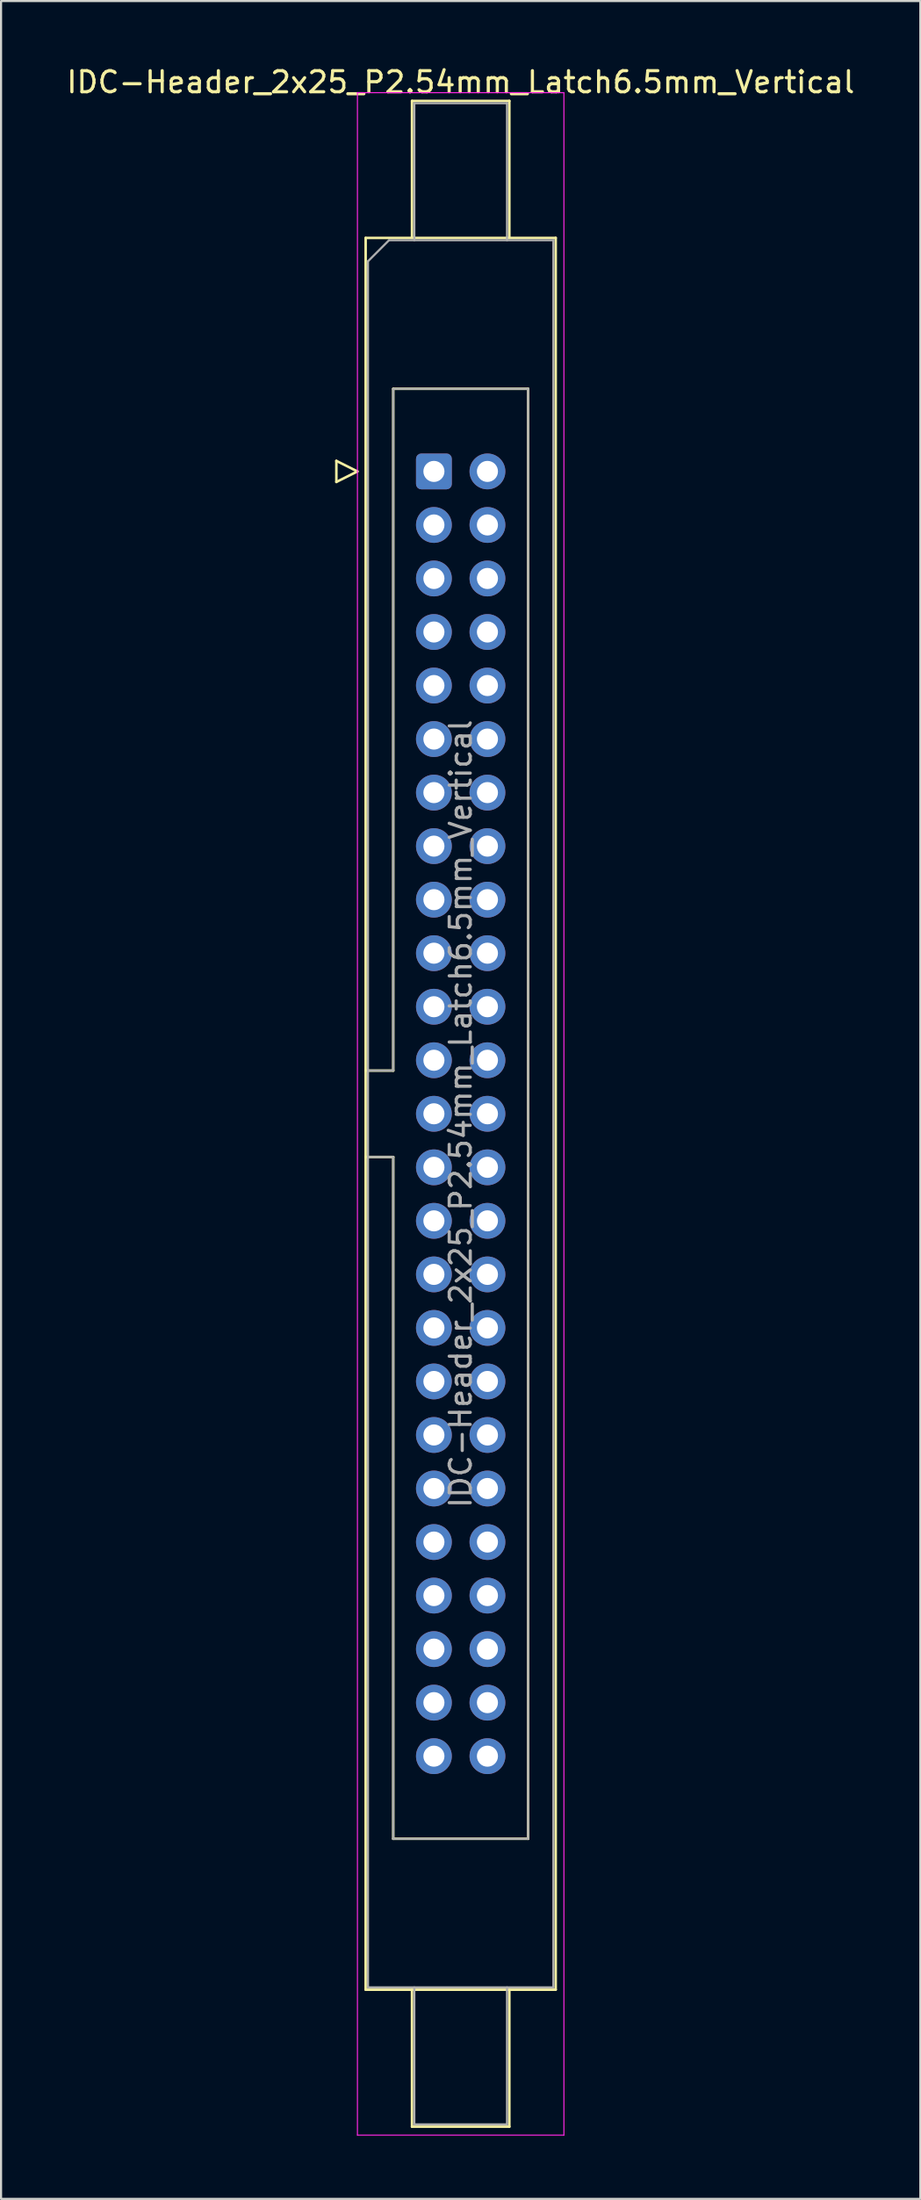
<source format=kicad_pcb>
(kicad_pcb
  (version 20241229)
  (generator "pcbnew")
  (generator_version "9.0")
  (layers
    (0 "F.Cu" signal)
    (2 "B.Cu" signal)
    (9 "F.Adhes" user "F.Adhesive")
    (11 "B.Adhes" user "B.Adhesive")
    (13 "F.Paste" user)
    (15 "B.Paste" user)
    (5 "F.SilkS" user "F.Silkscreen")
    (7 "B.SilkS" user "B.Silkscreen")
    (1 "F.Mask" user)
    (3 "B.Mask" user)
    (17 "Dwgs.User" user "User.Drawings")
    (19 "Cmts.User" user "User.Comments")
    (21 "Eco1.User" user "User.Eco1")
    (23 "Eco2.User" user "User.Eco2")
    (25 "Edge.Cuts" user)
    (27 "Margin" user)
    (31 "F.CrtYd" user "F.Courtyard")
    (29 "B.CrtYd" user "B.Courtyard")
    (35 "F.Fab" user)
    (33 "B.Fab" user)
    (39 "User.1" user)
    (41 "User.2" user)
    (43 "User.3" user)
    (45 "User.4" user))
  (footprint "IDC-Header_2x25_P2.54mm_Latch6.5mm_Vertical"
    (layer "F.Cu")
    (at 17.545 19.318)
    (property "Reference" "IDC-Header_2x25_P2.54mm_Latch6.5mm_Vertical" (at 1.27 -18.47 0) (layer "F.SilkS") (effects (font (size 1 1) (thickness 0.15))))
    (attr through_hole)
    (fp_line (start -4.63 -0.5) (end -4.63 0.5) (stroke (width 0.12) (type solid)) (layer "F.SilkS"))
    (fp_line (start -4.63 0.5) (end -3.63 0) (stroke (width 0.12) (type solid)) (layer "F.SilkS"))
    (fp_line (start -3.63 0) (end -4.63 -0.5) (stroke (width 0.12) (type solid)) (layer "F.SilkS"))
    (fp_line (start -3.24 -11.08) (end 5.78 -11.08) (stroke (width 0.12) (type solid)) (layer "F.SilkS"))
    (fp_line (start -3.24 28.43) (end -1.93 28.43) (stroke (width 0.12) (type solid)) (layer "F.SilkS"))
    (fp_line (start -3.24 72.04) (end -3.24 -11.08) (stroke (width 0.12) (type solid)) (layer "F.SilkS"))
    (fp_line (start -1.93 -3.92) (end 4.47 -3.92) (stroke (width 0.12) (type solid)) (layer "F.SilkS"))
    (fp_line (start -1.93 28.43) (end -1.93 -3.92) (stroke (width 0.12) (type solid)) (layer "F.SilkS"))
    (fp_line (start -1.93 32.53) (end -3.24 32.53) (stroke (width 0.12) (type solid)) (layer "F.SilkS"))
    (fp_line (start -1.93 64.88) (end -1.93 32.53) (stroke (width 0.12) (type solid)) (layer "F.SilkS"))
    (fp_line (start -1.04 -17.58) (end 3.58 -17.58) (stroke (width 0.12) (type solid)) (layer "F.SilkS"))
    (fp_line (start -1.04 -11.08) (end -1.04 -17.58) (stroke (width 0.12) (type solid)) (layer "F.SilkS"))
    (fp_line (start -1.04 72.04) (end -1.04 78.54) (stroke (width 0.12) (type solid)) (layer "F.SilkS"))
    (fp_line (start -1.04 78.54) (end 3.58 78.54) (stroke (width 0.12) (type solid)) (layer "F.SilkS"))
    (fp_line (start 3.58 -17.58) (end 3.58 -11.08) (stroke (width 0.12) (type solid)) (layer "F.SilkS"))
    (fp_line (start 3.58 78.54) (end 3.58 72.04) (stroke (width 0.12) (type solid)) (layer "F.SilkS"))
    (fp_line (start 4.47 -3.92) (end 4.47 64.88) (stroke (width 0.12) (type solid)) (layer "F.SilkS"))
    (fp_line (start 4.47 64.88) (end -1.93 64.88) (stroke (width 0.12) (type solid)) (layer "F.SilkS"))
    (fp_line (start 5.78 -11.08) (end 5.78 72.04) (stroke (width 0.12) (type solid)) (layer "F.SilkS"))
    (fp_line (start 5.78 72.04) (end -3.24 72.04) (stroke (width 0.12) (type solid)) (layer "F.SilkS"))
    (fp_line (start -3.63 -17.97) (end -3.63 78.94) (stroke (width 0.05) (type solid)) (layer "F.CrtYd"))
    (fp_line (start -3.63 78.94) (end 6.17 78.94) (stroke (width 0.05) (type solid)) (layer "F.CrtYd"))
    (fp_line (start 6.17 -17.97) (end -3.63 -17.97) (stroke (width 0.05) (type solid)) (layer "F.CrtYd"))
    (fp_line (start 6.17 78.94) (end 6.17 -17.97) (stroke (width 0.05) (type solid)) (layer "F.CrtYd"))
    (fp_line (start -3.13 -9.97) (end -2.13 -10.97) (stroke (width 0.1) (type solid)) (layer "F.Fab"))
    (fp_line (start -3.13 28.43) (end -1.93 28.43) (stroke (width 0.1) (type solid)) (layer "F.Fab"))
    (fp_line (start -3.13 71.93) (end -3.13 -9.97) (stroke (width 0.1) (type solid)) (layer "F.Fab"))
    (fp_line (start -2.13 -10.97) (end 5.67 -10.97) (stroke (width 0.1) (type solid)) (layer "F.Fab"))
    (fp_line (start -1.93 -3.92) (end 4.47 -3.92) (stroke (width 0.1) (type solid)) (layer "F.Fab"))
    (fp_line (start -1.93 28.43) (end -1.93 -3.92) (stroke (width 0.1) (type solid)) (layer "F.Fab"))
    (fp_line (start -1.93 32.53) (end -3.13 32.53) (stroke (width 0.1) (type solid)) (layer "F.Fab"))
    (fp_line (start -1.93 64.88) (end -1.93 32.53) (stroke (width 0.1) (type solid)) (layer "F.Fab"))
    (fp_line (start -0.93 -17.47) (end 3.47 -17.47) (stroke (width 0.1) (type solid)) (layer "F.Fab"))
    (fp_line (start -0.93 -10.97) (end -0.93 -17.47) (stroke (width 0.1) (type solid)) (layer "F.Fab"))
    (fp_line (start -0.93 71.93) (end -0.93 78.43) (stroke (width 0.1) (type solid)) (layer "F.Fab"))
    (fp_line (start -0.93 78.43) (end 3.47 78.43) (stroke (width 0.1) (type solid)) (layer "F.Fab"))
    (fp_line (start 3.47 -17.47) (end 3.47 -10.97) (stroke (width 0.1) (type solid)) (layer "F.Fab"))
    (fp_line (start 3.47 78.43) (end 3.47 71.93) (stroke (width 0.1) (type solid)) (layer "F.Fab"))
    (fp_line (start 4.47 -3.92) (end 4.47 64.88) (stroke (width 0.1) (type solid)) (layer "F.Fab"))
    (fp_line (start 4.47 64.88) (end -1.93 64.88) (stroke (width 0.1) (type solid)) (layer "F.Fab"))
    (fp_line (start 5.67 -10.97) (end 5.67 71.93) (stroke (width 0.1) (type solid)) (layer "F.Fab"))
    (fp_line (start 5.67 71.93) (end -3.13 71.93) (stroke (width 0.1) (type solid)) (layer "F.Fab"))
    (fp_text user "${REFERENCE}" (at 1.27 30.48 90) (layer "F.Fab") (effects (font (size 1 1) (thickness 0.15))))
    (pad "1" thru_hole roundrect (at 0 0) (size 1.7 1.7) (drill 1) (layers "*.Cu" "*.Mask") (roundrect_rratio 0.147))
    (pad "2" thru_hole circle (at 2.54 0) (size 1.7 1.7) (drill 1) (layers "*.Cu" "*.Mask"))
    (pad "3" thru_hole circle (at 0 2.54) (size 1.7 1.7) (drill 1) (layers "*.Cu" "*.Mask"))
    (pad "4" thru_hole circle (at 2.54 2.54) (size 1.7 1.7) (drill 1) (layers "*.Cu" "*.Mask"))
    (pad "5" thru_hole circle (at 0 5.08) (size 1.7 1.7) (drill 1) (layers "*.Cu" "*.Mask"))
    (pad "6" thru_hole circle (at 2.54 5.08) (size 1.7 1.7) (drill 1) (layers "*.Cu" "*.Mask"))
    (pad "7" thru_hole circle (at 0 7.62) (size 1.7 1.7) (drill 1) (layers "*.Cu" "*.Mask"))
    (pad "8" thru_hole circle (at 2.54 7.62) (size 1.7 1.7) (drill 1) (layers "*.Cu" "*.Mask"))
    (pad "9" thru_hole circle (at 0 10.16) (size 1.7 1.7) (drill 1) (layers "*.Cu" "*.Mask"))
    (pad "10" thru_hole circle (at 2.54 10.16) (size 1.7 1.7) (drill 1) (layers "*.Cu" "*.Mask"))
    (pad "11" thru_hole circle (at 0 12.7) (size 1.7 1.7) (drill 1) (layers "*.Cu" "*.Mask"))
    (pad "12" thru_hole circle (at 2.54 12.7) (size 1.7 1.7) (drill 1) (layers "*.Cu" "*.Mask"))
    (pad "13" thru_hole circle (at 0 15.24) (size 1.7 1.7) (drill 1) (layers "*.Cu" "*.Mask"))
    (pad "14" thru_hole circle (at 2.54 15.24) (size 1.7 1.7) (drill 1) (layers "*.Cu" "*.Mask"))
    (pad "15" thru_hole circle (at 0 17.78) (size 1.7 1.7) (drill 1) (layers "*.Cu" "*.Mask"))
    (pad "16" thru_hole circle (at 2.54 17.78) (size 1.7 1.7) (drill 1) (layers "*.Cu" "*.Mask"))
    (pad "17" thru_hole circle (at 0 20.32) (size 1.7 1.7) (drill 1) (layers "*.Cu" "*.Mask"))
    (pad "18" thru_hole circle (at 2.54 20.32) (size 1.7 1.7) (drill 1) (layers "*.Cu" "*.Mask"))
    (pad "19" thru_hole circle (at 0 22.86) (size 1.7 1.7) (drill 1) (layers "*.Cu" "*.Mask"))
    (pad "20" thru_hole circle (at 2.54 22.86) (size 1.7 1.7) (drill 1) (layers "*.Cu" "*.Mask"))
    (pad "21" thru_hole circle (at 0 25.4) (size 1.7 1.7) (drill 1) (layers "*.Cu" "*.Mask"))
    (pad "22" thru_hole circle (at 2.54 25.4) (size 1.7 1.7) (drill 1) (layers "*.Cu" "*.Mask"))
    (pad "23" thru_hole circle (at 0 27.94) (size 1.7 1.7) (drill 1) (layers "*.Cu" "*.Mask"))
    (pad "24" thru_hole circle (at 2.54 27.94) (size 1.7 1.7) (drill 1) (layers "*.Cu" "*.Mask"))
    (pad "25" thru_hole circle (at 0 30.48) (size 1.7 1.7) (drill 1) (layers "*.Cu" "*.Mask"))
    (pad "26" thru_hole circle (at 2.54 30.48) (size 1.7 1.7) (drill 1) (layers "*.Cu" "*.Mask"))
    (pad "27" thru_hole circle (at 0 33.02) (size 1.7 1.7) (drill 1) (layers "*.Cu" "*.Mask"))
    (pad "28" thru_hole circle (at 2.54 33.02) (size 1.7 1.7) (drill 1) (layers "*.Cu" "*.Mask"))
    (pad "29" thru_hole circle (at 0 35.56) (size 1.7 1.7) (drill 1) (layers "*.Cu" "*.Mask"))
    (pad "30" thru_hole circle (at 2.54 35.56) (size 1.7 1.7) (drill 1) (layers "*.Cu" "*.Mask"))
    (pad "31" thru_hole circle (at 0 38.1) (size 1.7 1.7) (drill 1) (layers "*.Cu" "*.Mask"))
    (pad "32" thru_hole circle (at 2.54 38.1) (size 1.7 1.7) (drill 1) (layers "*.Cu" "*.Mask"))
    (pad "33" thru_hole circle (at 0 40.64) (size 1.7 1.7) (drill 1) (layers "*.Cu" "*.Mask"))
    (pad "34" thru_hole circle (at 2.54 40.64) (size 1.7 1.7) (drill 1) (layers "*.Cu" "*.Mask"))
    (pad "35" thru_hole circle (at 0 43.18) (size 1.7 1.7) (drill 1) (layers "*.Cu" "*.Mask"))
    (pad "36" thru_hole circle (at 2.54 43.18) (size 1.7 1.7) (drill 1) (layers "*.Cu" "*.Mask"))
    (pad "37" thru_hole circle (at 0 45.72) (size 1.7 1.7) (drill 1) (layers "*.Cu" "*.Mask"))
    (pad "38" thru_hole circle (at 2.54 45.72) (size 1.7 1.7) (drill 1) (layers "*.Cu" "*.Mask"))
    (pad "39" thru_hole circle (at 0 48.26) (size 1.7 1.7) (drill 1) (layers "*.Cu" "*.Mask"))
    (pad "40" thru_hole circle (at 2.54 48.26) (size 1.7 1.7) (drill 1) (layers "*.Cu" "*.Mask"))
    (pad "41" thru_hole circle (at 0 50.8) (size 1.7 1.7) (drill 1) (layers "*.Cu" "*.Mask"))
    (pad "42" thru_hole circle (at 2.54 50.8) (size 1.7 1.7) (drill 1) (layers "*.Cu" "*.Mask"))
    (pad "43" thru_hole circle (at 0 53.34) (size 1.7 1.7) (drill 1) (layers "*.Cu" "*.Mask"))
    (pad "44" thru_hole circle (at 2.54 53.34) (size 1.7 1.7) (drill 1) (layers "*.Cu" "*.Mask"))
    (pad "45" thru_hole circle (at 0 55.88) (size 1.7 1.7) (drill 1) (layers "*.Cu" "*.Mask"))
    (pad "46" thru_hole circle (at 2.54 55.88) (size 1.7 1.7) (drill 1) (layers "*.Cu" "*.Mask"))
    (pad "47" thru_hole circle (at 0 58.42) (size 1.7 1.7) (drill 1) (layers "*.Cu" "*.Mask"))
    (pad "48" thru_hole circle (at 2.54 58.42) (size 1.7 1.7) (drill 1) (layers "*.Cu" "*.Mask"))
    (pad "49" thru_hole circle (at 0 60.96) (size 1.7 1.7) (drill 1) (layers "*.Cu" "*.Mask"))
    (pad "50" thru_hole circle (at 2.54 60.96) (size 1.7 1.7) (drill 1) (layers "*.Cu" "*.Mask")))
  (gr_rect
    (start -3 -3)
    (end 40.631 101.283)
    (stroke (width 0.1) (type default))
    (fill no)
    (layer "Edge.Cuts")))
</source>
